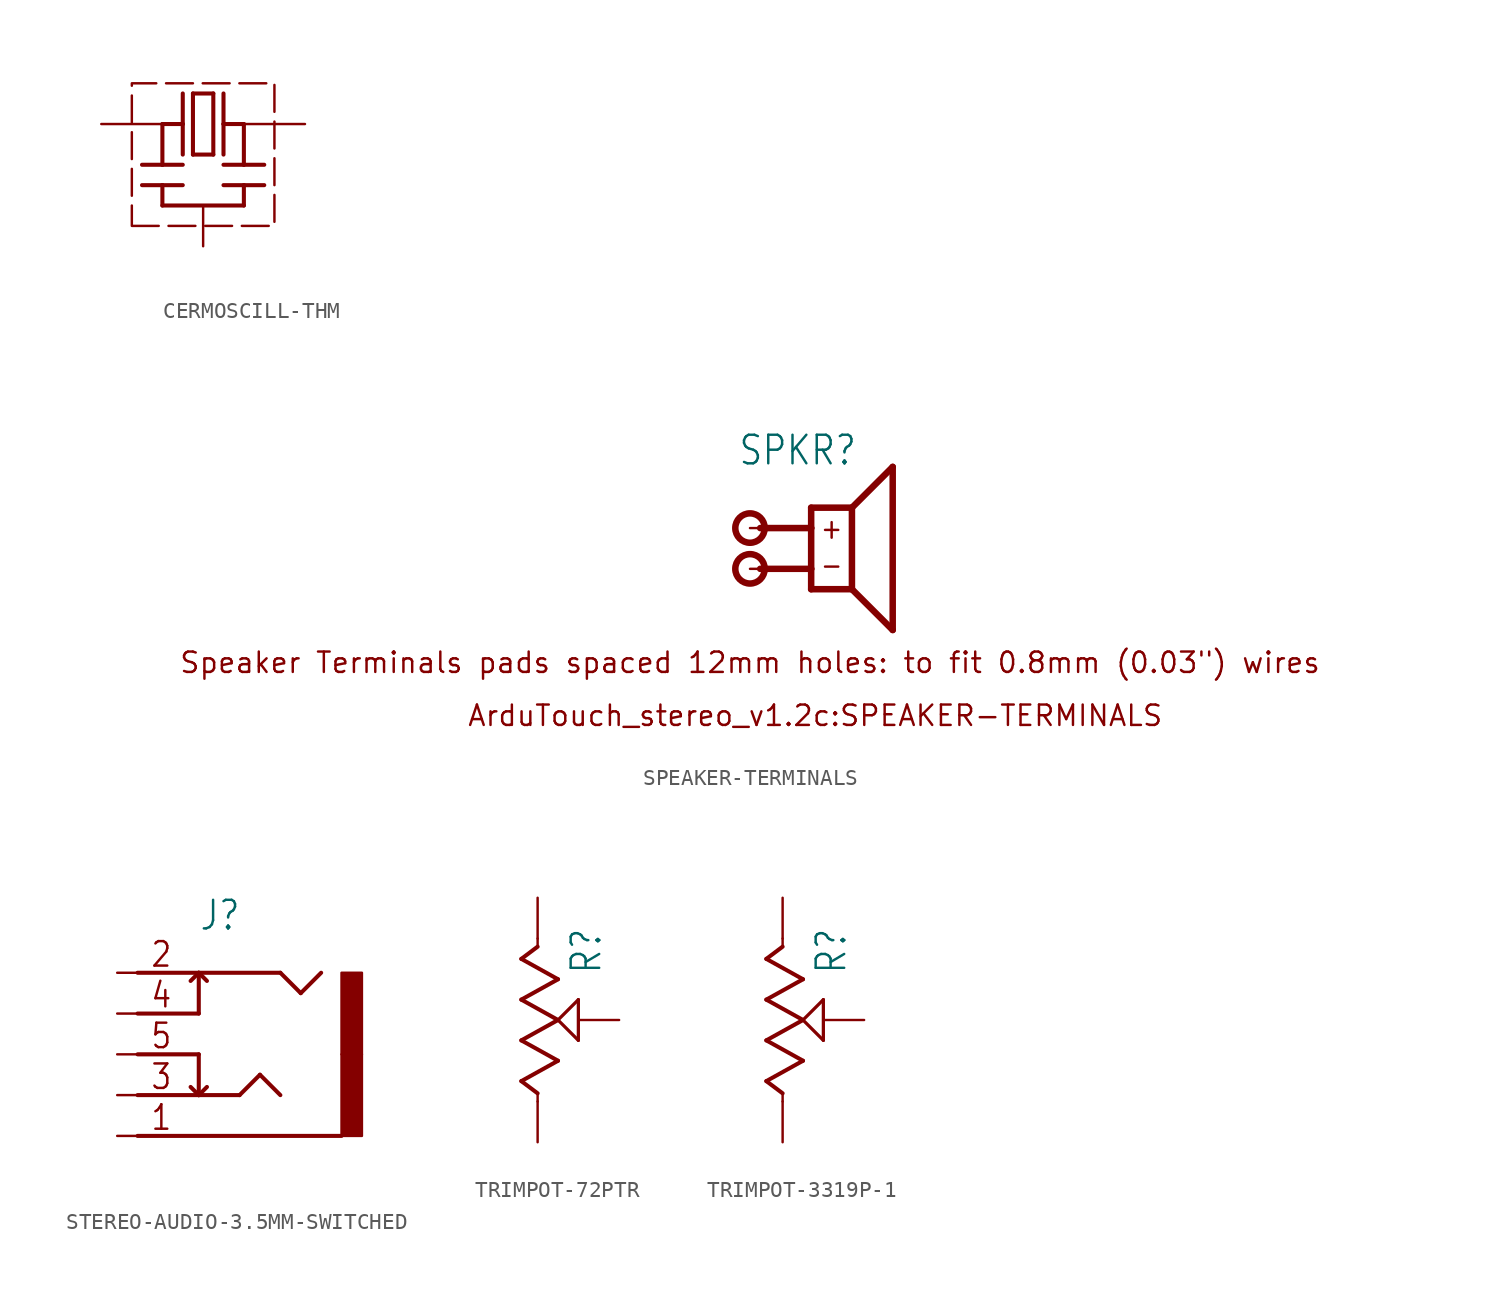
<source format=kicad_sym>
(kicad_symbol_lib
  (version 20231120)
  (generator "kicad_symbol_editor")
  (generator_version "8.0")
  (symbol "CERMOSCILL-THM"
    (property "Reference" ""
      (at -3.81 -3.81 0)
      (effects (font (size 1.778 1.511)) (justify right top) (hide yes)))
    (property "Value" ""
      (at 12.7 -3.81 0)
      (effects (font (size 1.778 1.511)) (justify right top)))
    (property "ki_locked" ""
      (at 0 0 0)
      (effects (font (size 1.27 1.27))))
    (symbol "CERMOSCILL-THM_1_0"
      (polyline (pts (xy -3.81 2.54) (xy -2.54 2.54)) (stroke (width 0.254) (type solid)) (fill (type none)))
      (polyline (pts (xy -2.54 0) (xy 2.54 0)) (stroke (width 0.254) (type solid)) (fill (type none)))
      (polyline (pts (xy -2.54 1.27) (xy -3.81 1.27)) (stroke (width 0.254) (type solid)) (fill (type none)))
      (polyline (pts (xy -2.54 1.27) (xy -2.54 0)) (stroke (width 0.254) (type solid)) (fill (type none)))
      (polyline (pts (xy -2.54 2.54) (xy -2.54 5.08)) (stroke (width 0.254) (type solid)) (fill (type none)))
      (polyline (pts (xy -2.54 2.54) (xy -1.27 2.54)) (stroke (width 0.254) (type solid)) (fill (type none)))
      (polyline (pts (xy -2.54 5.08) (xy -1.27 5.08)) (stroke (width 0.254) (type solid)) (fill (type none)))
      (polyline (pts (xy -1.27 1.27) (xy -2.54 1.27)) (stroke (width 0.254) (type solid)) (fill (type none)))
      (polyline (pts (xy -1.27 5.08) (xy -1.27 3.175)) (stroke (width 0.254) (type solid)) (fill (type none)))
      (polyline (pts (xy -1.27 6.985) (xy -1.27 5.08)) (stroke (width 0.254) (type solid)) (fill (type none)))
      (polyline (pts (xy -0.635 3.175) (xy -0.635 6.985)) (stroke (width 0.254) (type solid)) (fill (type none)))
      (polyline (pts (xy -0.635 6.985) (xy 0.635 6.985)) (stroke (width 0.254) (type solid)) (fill (type none)))
      (polyline (pts (xy 0.635 3.175) (xy -0.635 3.175)) (stroke (width 0.254) (type solid)) (fill (type none)))
      (polyline (pts (xy 0.635 6.985) (xy 0.635 3.175)) (stroke (width 0.254) (type solid)) (fill (type none)))
      (polyline (pts (xy 1.27 1.27) (xy 2.54 1.27)) (stroke (width 0.254) (type solid)) (fill (type none)))
      (polyline (pts (xy 1.27 2.54) (xy 2.54 2.54)) (stroke (width 0.254) (type solid)) (fill (type none)))
      (polyline (pts (xy 1.27 5.08) (xy 1.27 3.175)) (stroke (width 0.254) (type solid)) (fill (type none)))
      (polyline (pts (xy 1.27 5.08) (xy 2.54 5.08)) (stroke (width 0.254) (type solid)) (fill (type none)))
      (polyline (pts (xy 1.27 6.985) (xy 1.27 5.08)) (stroke (width 0.254) (type solid)) (fill (type none)))
      (polyline (pts (xy 2.54 0) (xy 2.54 1.27)) (stroke (width 0.254) (type solid)) (fill (type none)))
      (polyline (pts (xy 2.54 1.27) (xy 3.81 1.27)) (stroke (width 0.254) (type solid)) (fill (type none)))
      (polyline (pts (xy 2.54 2.54) (xy 2.54 5.08)) (stroke (width 0.254) (type solid)) (fill (type none)))
      (polyline (pts (xy 2.54 2.54) (xy 3.81 2.54)) (stroke (width 0.254) (type solid)) (fill (type none)))
      (pin passive line (at -6.35 5.08 0) (length 3.81) (name "IN" (effects (font (size 0 0)))) (number "P$1" (effects (font (size 0 0)))))
      (pin passive line (at 0 -2.54 90) (length 2.54) (name "GND" (effects (font (size 0 0)))) (number "P$2" (effects (font (size 0 0)))))
      (pin passive line (at 6.35 5.08 180) (length 3.81) (name "OUT" (effects (font (size 0 0)))) (number "P$3" (effects (font (size 0 0))))))
    (symbol "CERMOSCILL-THM_1_1"
      (polyline (pts (xy -4.445 -1.27) (xy 4.445 -1.27) (xy 4.445 7.62) (xy -4.445 7.62) (xy -4.445 -1.27)) (stroke (width 0) (type dash)) (fill (type none)))))
  (symbol "SPEAKER-TERMINALS"
    (property "Reference" "SPKR"
      (at -5.842 5.08 0)
      (effects (font (size 1.778 1.511)) (justify left bottom)))
    (property "Value" ""
      (at -5.842 -7.112 0)
      (effects (font (size 1.778 1.511)) (justify left bottom)))
    (property "ki_locked" ""
      (at 0 0 0)
      (effects (font (size 1.27 1.27))))
    (symbol "SPEAKER-TERMINALS_1_0"
      (circle (center -5.08 -1.27) (radius 0.916) (stroke (width 0.406) (type solid)) (fill (type none)))
      (circle (center -5.08 1.27) (radius 0.916) (stroke (width 0.406) (type solid)) (fill (type none)))
      (polyline (pts (xy -1.27 -2.54) (xy -1.27 -1.27)) (stroke (width 0.406) (type solid)) (fill (type none)))
      (polyline (pts (xy -1.27 -1.27) (xy -4.445 -1.27)) (stroke (width 0.406) (type solid)) (fill (type none)))
      (polyline (pts (xy -1.27 -1.27) (xy -1.27 1.27)) (stroke (width 0.406) (type solid)) (fill (type none)))
      (polyline (pts (xy -1.27 1.27) (xy -4.445 1.27)) (stroke (width 0.406) (type solid)) (fill (type none)))
      (polyline (pts (xy -1.27 1.27) (xy -1.27 2.54)) (stroke (width 0.406) (type solid)) (fill (type none)))
      (polyline (pts (xy -1.27 2.54) (xy 1.27 2.54)) (stroke (width 0.406) (type solid)) (fill (type none)))
      (polyline (pts (xy 1.27 -2.54) (xy -1.27 -2.54)) (stroke (width 0.406) (type solid)) (fill (type none)))
      (polyline (pts (xy 1.27 2.54) (xy 1.27 -2.54)) (stroke (width 0.406) (type solid)) (fill (type none)))
      (polyline (pts (xy 1.27 2.54) (xy 3.81 5.08)) (stroke (width 0.406) (type solid)) (fill (type none)))
      (polyline (pts (xy 3.81 -5.08) (xy 1.27 -2.54)) (stroke (width 0.406) (type solid)) (fill (type none)))
      (polyline (pts (xy 3.81 5.08) (xy 3.81 -5.08)) (stroke (width 0.406) (type solid)) (fill (type none)))
      (text "+" (at -0.762 0.508 0) (effects (font (size 1.27 1.079)) (justify left bottom)))
      (text "-" (at -0.762 -1.778 0) (effects (font (size 1.27 1.079)) (justify left bottom)))
      (pin passive line (at -5.08 1.27 0) (length 2.54) (name "+" (effects (font (size 0 0)))) (number "+" (effects (font (size 0 0)))))
      (pin passive line (at -5.08 -1.27 0) (length 2.54) (name "-" (effects (font (size 0 0)))) (number "-" (effects (font (size 0 0))))))
    (symbol "SPEAKER-TERMINALS_1_1"
      (text "ArduTouch_stereo_v1.2c:SPEAKER-TERMINALS" (at -1.016 -10.414 0) (effects (font (size 1.27 1.27))))
      (text "Speaker Terminals pads spaced 12mm holes: to fit 0.8mm (0.03\") wires" (at -5.08 -7.112 0) (effects (font (size 1.27 1.27))))))
  (symbol "STEREO-AUDIO-3.5MM-SWITCHED"
    (property "Reference" "J"
      (at -5.08 7.62 0)
      (effects (font (size 1.778 1.511)) (justify left bottom)))
    (property "Value" ""
      (at -5.08 -7.62 0)
      (effects (font (size 1.778 1.511)) (justify left bottom)))
    (property "ki_locked" ""
      (at 0 0 0)
      (effects (font (size 1.27 1.27))))
    (symbol "STEREO-AUDIO-3.5MM-SWITCHED_1_0"
      (polyline (pts (xy -8.89 -2.54) (xy -5.08 -2.54)) (stroke (width 0.254) (type solid)) (fill (type none)))
      (polyline (pts (xy -8.89 5.08) (xy 0 5.08)) (stroke (width 0.254) (type solid)) (fill (type none)))
      (polyline (pts (xy -5.588 -2.032) (xy -5.08 -2.54)) (stroke (width 0.254) (type solid)) (fill (type none)))
      (polyline (pts (xy -5.588 4.572) (xy -5.08 5.08)) (stroke (width 0.254) (type solid)) (fill (type none)))
      (polyline (pts (xy -5.08 -2.54) (xy -5.08 0)) (stroke (width 0.254) (type solid)) (fill (type none)))
      (polyline (pts (xy -5.08 -2.54) (xy -4.572 -2.032)) (stroke (width 0.254) (type solid)) (fill (type none)))
      (polyline (pts (xy -5.08 -2.54) (xy -2.54 -2.54)) (stroke (width 0.254) (type solid)) (fill (type none)))
      (polyline (pts (xy -5.08 0) (xy -8.89 0)) (stroke (width 0.254) (type solid)) (fill (type none)))
      (polyline (pts (xy -5.08 2.54) (xy -8.89 2.54)) (stroke (width 0.254) (type solid)) (fill (type none)))
      (polyline (pts (xy -5.08 5.08) (xy -5.08 2.54)) (stroke (width 0.254) (type solid)) (fill (type none)))
      (polyline (pts (xy -5.08 5.08) (xy -4.572 4.572)) (stroke (width 0.254) (type solid)) (fill (type none)))
      (polyline (pts (xy -2.54 -2.54) (xy -1.27 -1.27)) (stroke (width 0.254) (type solid)) (fill (type none)))
      (polyline (pts (xy -1.27 -1.27) (xy 0 -2.54)) (stroke (width 0.254) (type solid)) (fill (type none)))
      (polyline (pts (xy 0 5.08) (xy 1.27 3.81)) (stroke (width 0.254) (type solid)) (fill (type none)))
      (polyline (pts (xy 1.27 3.81) (xy 2.54 5.08)) (stroke (width 0.254) (type solid)) (fill (type none)))
      (polyline (pts (xy 3.81 -5.08) (xy -8.89 -5.08)) (stroke (width 0.254) (type solid)) (fill (type none)))
      (rectangle (start 3.81 -5.08) (end 5.08 0) (stroke (width 0) (type default)) (fill (type outline)))
      (rectangle (start 3.81 0) (end 5.08 5.08) (stroke (width 0) (type default)) (fill (type outline)))
      (text "1" (at -8.128 -4.826 0) (effects (font (size 1.524 1.295)) (justify left bottom)))
      (text "2" (at -8.128 5.334 0) (effects (font (size 1.524 1.295)) (justify left bottom)))
      (text "3" (at -8.128 -2.286 0) (effects (font (size 1.524 1.295)) (justify left bottom)))
      (text "4" (at -8.128 2.794 0) (effects (font (size 1.524 1.295)) (justify left bottom)))
      (text "5" (at -8.128 0.254 0) (effects (font (size 1.524 1.295)) (justify left bottom)))
      (pin power_in line (at -10.16 -5.08 0) (length 2.54) (name "1" (effects (font (size 0 0)))) (number "1" (effects (font (size 0 0)))))
      (pin passive line (at -10.16 5.08 0) (length 2.54) (name "2" (effects (font (size 0 0)))) (number "2" (effects (font (size 0 0)))))
      (pin passive line (at -10.16 2.54 0) (length 2.54) (name "3" (effects (font (size 0 0)))) (number "3" (effects (font (size 0 0)))))
      (pin passive line (at -10.16 0 0) (length 2.54) (name "4" (effects (font (size 0 0)))) (number "4" (effects (font (size 0 0)))))
      (pin passive line (at -10.16 -2.54 0) (length 2.54) (name "5" (effects (font (size 0 0)))) (number "5" (effects (font (size 0 0)))))))
  (symbol "TRIMPOT-72PTR"
    (property "Reference" "R"
      (at 4.064 2.794 90)
      (effects (font (size 1.778 1.511)) (justify left bottom)))
    (property "Value" ""
      (at -2.54 -2.54 90)
      (effects (font (size 1.778 1.511)) (justify left bottom)))
    (property "ki_locked" ""
      (at 0 0 0)
      (effects (font (size 1.27 1.27))))
    (symbol "TRIMPOT-72PTR_1_0"
      (polyline (pts (xy -1.016 -3.81) (xy 1.27 -2.54)) (stroke (width 0.254) (type solid)) (fill (type none)))
      (polyline (pts (xy -1.016 -1.27) (xy 1.27 0)) (stroke (width 0.254) (type solid)) (fill (type none)))
      (polyline (pts (xy -1.016 1.27) (xy 1.27 2.54)) (stroke (width 0.254) (type solid)) (fill (type none)))
      (polyline (pts (xy -1.016 3.81) (xy 0 4.572)) (stroke (width 0.254) (type solid)) (fill (type none)))
      (polyline (pts (xy 0 -5.08) (xy 0 -4.572)) (stroke (width 0.152) (type solid)) (fill (type none)))
      (polyline (pts (xy 0 -4.572) (xy -1.016 -3.81)) (stroke (width 0.254) (type solid)) (fill (type none)))
      (polyline (pts (xy 0 4.572) (xy 0 5.08)) (stroke (width 0.152) (type solid)) (fill (type none)))
      (polyline (pts (xy 1.27 -2.54) (xy -1.016 -1.27)) (stroke (width 0.254) (type solid)) (fill (type none)))
      (polyline (pts (xy 1.27 0) (xy -1.016 1.27)) (stroke (width 0.254) (type solid)) (fill (type none)))
      (polyline (pts (xy 1.27 0) (xy 2.54 1.27)) (stroke (width 0.203) (type solid)) (fill (type none)))
      (polyline (pts (xy 1.27 2.54) (xy -1.016 3.81)) (stroke (width 0.254) (type solid)) (fill (type none)))
      (polyline (pts (xy 2.54 -1.27) (xy 1.27 0)) (stroke (width 0.203) (type solid)) (fill (type none)))
      (polyline (pts (xy 2.54 1.27) (xy 2.54 -1.27)) (stroke (width 0.203) (type solid)) (fill (type none)))
      (pin passive line (at 0 7.62 270) (length 2.54) (name "E" (effects (font (size 0 0)))) (number "1" (effects (font (size 0 0)))))
      (pin passive line (at 5.08 0 180) (length 2.54) (name "S" (effects (font (size 0 0)))) (number "2" (effects (font (size 0 0)))))
      (pin passive line (at 0 -7.62 90) (length 2.54) (name "A" (effects (font (size 0 0)))) (number "3" (effects (font (size 0 0)))))))
  (symbol "TRIMPOT-3319P-1"
    (property "Reference" "R"
      (at 4.064 2.794 90)
      (effects (font (size 1.778 1.511)) (justify left bottom)))
    (property "Value" ""
      (at -2.54 -2.54 90)
      (effects (font (size 1.778 1.511)) (justify left bottom)))
    (property "ki_locked" ""
      (at 0 0 0)
      (effects (font (size 1.27 1.27))))
    (symbol "TRIMPOT-3319P-1_1_0"
      (polyline (pts (xy -1.016 -3.81) (xy 1.27 -2.54)) (stroke (width 0.254) (type solid)) (fill (type none)))
      (polyline (pts (xy -1.016 -1.27) (xy 1.27 0)) (stroke (width 0.254) (type solid)) (fill (type none)))
      (polyline (pts (xy -1.016 1.27) (xy 1.27 2.54)) (stroke (width 0.254) (type solid)) (fill (type none)))
      (polyline (pts (xy -1.016 3.81) (xy 0 4.572)) (stroke (width 0.254) (type solid)) (fill (type none)))
      (polyline (pts (xy 0 -5.08) (xy 0 -4.572)) (stroke (width 0.152) (type solid)) (fill (type none)))
      (polyline (pts (xy 0 -4.572) (xy -1.016 -3.81)) (stroke (width 0.254) (type solid)) (fill (type none)))
      (polyline (pts (xy 0 4.572) (xy 0 5.08)) (stroke (width 0.152) (type solid)) (fill (type none)))
      (polyline (pts (xy 1.27 -2.54) (xy -1.016 -1.27)) (stroke (width 0.254) (type solid)) (fill (type none)))
      (polyline (pts (xy 1.27 0) (xy -1.016 1.27)) (stroke (width 0.254) (type solid)) (fill (type none)))
      (polyline (pts (xy 1.27 0) (xy 2.54 1.27)) (stroke (width 0.203) (type solid)) (fill (type none)))
      (polyline (pts (xy 1.27 2.54) (xy -1.016 3.81)) (stroke (width 0.254) (type solid)) (fill (type none)))
      (polyline (pts (xy 2.54 -1.27) (xy 1.27 0)) (stroke (width 0.203) (type solid)) (fill (type none)))
      (polyline (pts (xy 2.54 1.27) (xy 2.54 -1.27)) (stroke (width 0.203) (type solid)) (fill (type none)))
      (pin passive line (at 0 -7.62 90) (length 2.54) (name "A" (effects (font (size 0 0)))) (number "A" (effects (font (size 0 0)))))
      (pin passive line (at 0 7.62 270) (length 2.54) (name "E" (effects (font (size 0 0)))) (number "E" (effects (font (size 0 0)))))
      (pin passive line (at 5.08 0 180) (length 2.54) (name "S" (effects (font (size 0 0)))) (number "S" (effects (font (size 0 0))))))))
</source>
